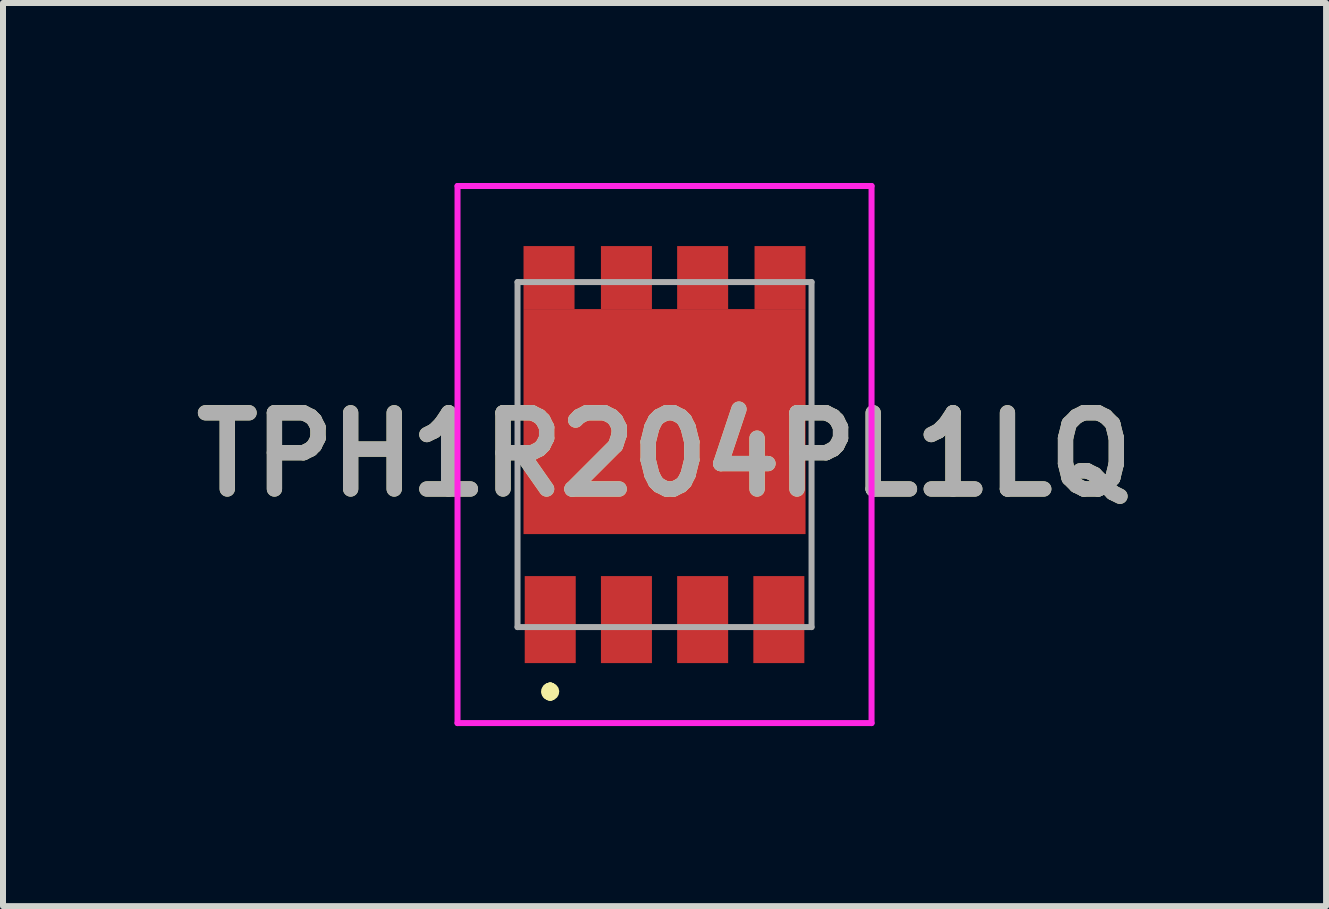
<source format=kicad_pcb>
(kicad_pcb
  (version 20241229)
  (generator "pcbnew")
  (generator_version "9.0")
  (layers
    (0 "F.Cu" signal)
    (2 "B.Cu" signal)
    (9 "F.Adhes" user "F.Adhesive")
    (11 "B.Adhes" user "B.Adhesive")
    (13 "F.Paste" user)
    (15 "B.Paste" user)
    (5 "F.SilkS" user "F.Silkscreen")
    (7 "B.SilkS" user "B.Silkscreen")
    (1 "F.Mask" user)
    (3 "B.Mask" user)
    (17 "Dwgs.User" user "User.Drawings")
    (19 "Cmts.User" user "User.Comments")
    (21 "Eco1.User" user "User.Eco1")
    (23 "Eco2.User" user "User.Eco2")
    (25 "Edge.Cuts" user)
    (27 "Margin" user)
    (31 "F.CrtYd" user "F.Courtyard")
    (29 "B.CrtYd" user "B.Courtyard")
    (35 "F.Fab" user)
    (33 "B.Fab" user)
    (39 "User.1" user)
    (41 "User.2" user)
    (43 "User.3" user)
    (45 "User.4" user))
  (footprint "TPH1R204PL1LQ"
    (layer "F.Cu")
    (at 8.025 4.526)
    (property "Reference" "TPH1R204PL1LQ" (at 0 -0.001 0) (layer "F.SilkS") (effects (font (size 1.27 1.27) (thickness 0.254))))
    (attr smd)
    (fp_line (start -1.905 3.9) (end -1.905 3.9) (stroke (width 0.2) (type solid)) (layer "F.SilkS"))
    (fp_line (start -1.905 3.9) (end -1.905 3.9) (stroke (width 0.2) (type solid)) (layer "F.SilkS"))
    (fp_line (start -1.905 4) (end -1.905 4) (stroke (width 0.2) (type solid)) (layer "F.SilkS"))
    (fp_arc (start -1.905 3.9) (mid -1.855 3.95) (end -1.905 4) (stroke (width 0.2) (type solid)) (layer "F.SilkS"))
    (fp_arc (start -1.905 4) (mid -1.955 3.95) (end -1.905 3.9) (stroke (width 0.2) (type solid)) (layer "F.SilkS"))
    (fp_arc (start -1.905 4) (mid -1.955 3.95) (end -1.905 3.9) (stroke (width 0.2) (type solid)) (layer "F.SilkS"))
    (fp_line (start -3.45 -4.476) (end 3.45 -4.476) (stroke (width 0.1) (type solid)) (layer "F.CrtYd"))
    (fp_line (start -3.45 4.475) (end -3.45 -4.476) (stroke (width 0.1) (type solid)) (layer "F.CrtYd"))
    (fp_line (start 3.45 -4.476) (end 3.45 4.475) (stroke (width 0.1) (type solid)) (layer "F.CrtYd"))
    (fp_line (start 3.45 4.475) (end -3.45 4.475) (stroke (width 0.1) (type solid)) (layer "F.CrtYd"))
    (fp_line (start -2.45 -2.875) (end -2.45 2.875) (stroke (width 0.1) (type solid)) (layer "F.Fab"))
    (fp_line (start -2.45 2.875) (end 2.45 2.875) (stroke (width 0.1) (type solid)) (layer "F.Fab"))
    (fp_line (start 2.45 -2.875) (end -2.45 -2.875) (stroke (width 0.1) (type solid)) (layer "F.Fab"))
    (fp_line (start 2.45 2.875) (end 2.45 -2.875) (stroke (width 0.1) (type solid)) (layer "F.Fab"))
    (fp_text user "${REFERENCE}" (at 0 -0.001 0) (layer "F.Fab") (effects (font (size 1.27 1.27) (thickness 0.254))))
    (pad "1" smd rect (at -1.905 2.75) (size 0.85 1.45) (layers "F.Cu" "F.Mask" "F.Paste"))
    (pad "2" smd rect (at -0.635 2.75) (size 0.85 1.45) (layers "F.Cu" "F.Mask" "F.Paste"))
    (pad "3" smd rect (at 0.635 2.75) (size 0.85 1.45) (layers "F.Cu" "F.Mask" "F.Paste"))
    (pad "4" smd rect (at 1.905 2.75) (size 0.85 1.45) (layers "F.Cu" "F.Mask" "F.Paste"))
    (pad "5" smd rect (at 1.925 -2.95) (size 0.85 1.05) (layers "F.Cu" "F.Mask" "F.Paste"))
    (pad "6" smd rect (at 0.635 -2.95) (size 0.85 1.05) (layers "F.Cu" "F.Mask" "F.Paste"))
    (pad "7" smd rect (at -0.635 -2.95) (size 0.85 1.05) (layers "F.Cu" "F.Mask" "F.Paste"))
    (pad "8" smd rect (at -1.925 -2.95) (size 0.85 1.05) (layers "F.Cu" "F.Mask" "F.Paste"))
    (pad "9" smd rect (at 0 -0.55 90) (size 3.75 4.7) (layers "F.Cu" "F.Mask" "F.Paste")))
  (gr_rect
    (start -3 -3)
    (end 19.05 12.051)
    (stroke (width 0.1) (type default))
    (fill no)
    (layer "Edge.Cuts")))
</source>
